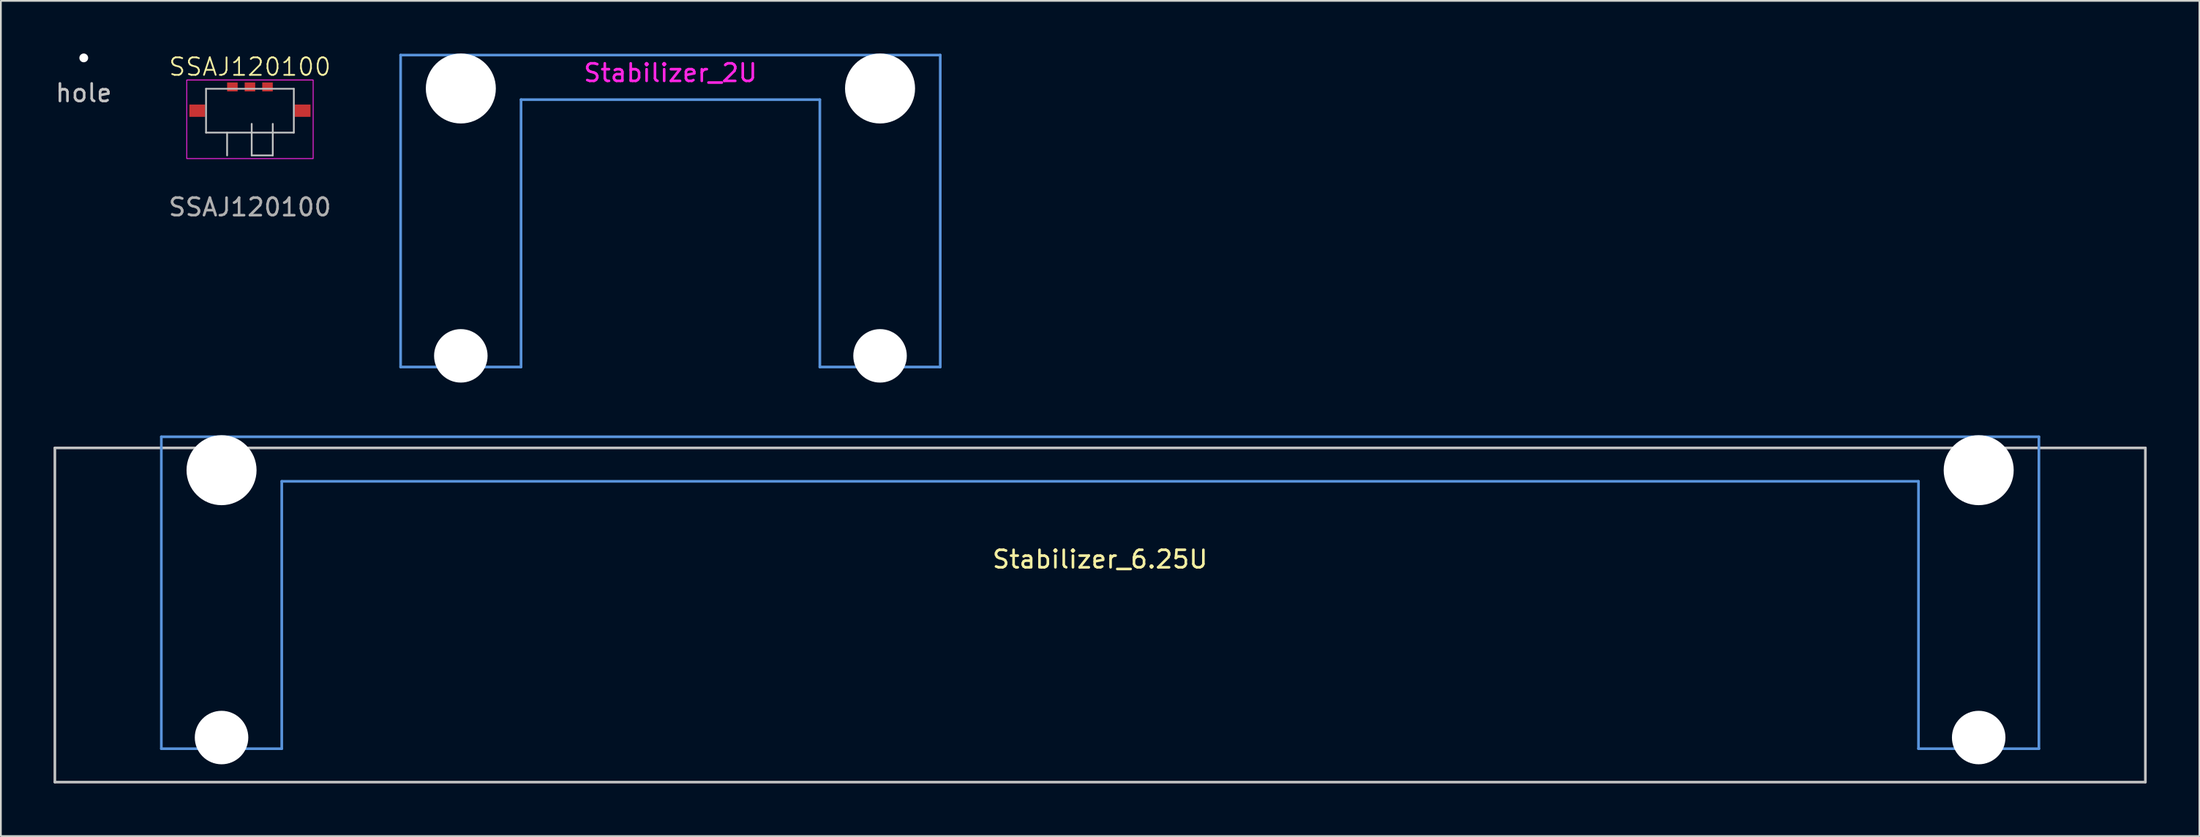
<source format=kicad_pcb>
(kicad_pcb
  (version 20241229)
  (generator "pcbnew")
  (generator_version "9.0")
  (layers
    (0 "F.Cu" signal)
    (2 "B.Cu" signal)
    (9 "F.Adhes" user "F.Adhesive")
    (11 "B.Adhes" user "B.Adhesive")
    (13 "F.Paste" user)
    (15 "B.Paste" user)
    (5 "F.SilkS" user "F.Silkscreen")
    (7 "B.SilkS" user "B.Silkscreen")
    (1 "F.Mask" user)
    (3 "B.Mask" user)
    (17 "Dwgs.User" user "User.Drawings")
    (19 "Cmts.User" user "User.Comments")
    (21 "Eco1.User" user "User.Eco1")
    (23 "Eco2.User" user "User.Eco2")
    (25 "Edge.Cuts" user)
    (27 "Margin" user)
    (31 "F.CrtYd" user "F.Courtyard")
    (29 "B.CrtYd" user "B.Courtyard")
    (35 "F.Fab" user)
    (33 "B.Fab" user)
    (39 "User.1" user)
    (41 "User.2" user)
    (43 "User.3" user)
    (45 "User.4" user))
  (footprint "Stabilizer_6.25U"
    (layer "F.Cu")
    (at 59.606 32.007)
    (property "Reference" "Stabilizer_6.25U" (at 0 -3.175 0) (layer "F.SilkS") (effects (font (size 1 1) (thickness 0.15))))
    (attr through_hole)
    (fp_line (start -59.531 -9.525) (end 59.531 -9.525) (stroke (width 0.15) (type solid)) (layer "Dwgs.User"))
    (fp_line (start -59.531 9.525) (end -59.531 -9.525) (stroke (width 0.15) (type solid)) (layer "Dwgs.User"))
    (fp_line (start 59.531 -9.525) (end 59.531 9.525) (stroke (width 0.15) (type solid)) (layer "Dwgs.User"))
    (fp_line (start 59.531 9.525) (end -59.531 9.525) (stroke (width 0.15) (type solid)) (layer "Dwgs.User"))
    (fp_line (start -53.467 -10.16) (end -53.467 7.62) (stroke (width 0.152) (type solid)) (layer "Cmts.User"))
    (fp_line (start -53.467 7.62) (end -46.609 7.62) (stroke (width 0.152) (type solid)) (layer "Cmts.User"))
    (fp_line (start -46.609 7.62) (end -46.609 -7.62) (stroke (width 0.152) (type solid)) (layer "Cmts.User"))
    (fp_line (start 46.609 -7.62) (end -46.609 -7.62) (stroke (width 0.152) (type solid)) (layer "Cmts.User"))
    (fp_line (start 46.609 7.62) (end 46.609 -7.62) (stroke (width 0.152) (type solid)) (layer "Cmts.User"))
    (fp_line (start 46.609 7.62) (end 53.467 7.62) (stroke (width 0.152) (type solid)) (layer "Cmts.User"))
    (fp_line (start 53.467 -10.16) (end -53.467 -10.16) (stroke (width 0.152) (type solid)) (layer "Cmts.User"))
    (fp_line (start 53.467 7.62) (end 53.467 -10.16) (stroke (width 0.152) (type solid)) (layer "Cmts.User"))
    (fp_line (start -54.229 2.286) (end -54.229 -0.508) (stroke (width 0.152) (type solid)) (layer "Eco2.User"))
    (fp_line (start -54.229 2.286) (end -53.365 2.286) (stroke (width 0.152) (type solid)) (layer "Eco2.User"))
    (fp_line (start -53.365 -6.604) (end -52.324 -6.604) (stroke (width 0.152) (type solid)) (layer "Eco2.User"))
    (fp_line (start -53.365 -0.508) (end -54.229 -0.508) (stroke (width 0.152) (type solid)) (layer "Eco2.User"))
    (fp_line (start -53.365 -0.508) (end -53.365 -6.604) (stroke (width 0.152) (type solid)) (layer "Eco2.User"))
    (fp_line (start -53.365 2.286) (end -53.365 5.69) (stroke (width 0.152) (type solid)) (layer "Eco2.User"))
    (fp_line (start -52.324 -7.772) (end -47.752 -7.772) (stroke (width 0.152) (type solid)) (layer "Eco2.User"))
    (fp_line (start -52.324 -6.604) (end -52.324 -7.772) (stroke (width 0.152) (type solid)) (layer "Eco2.User"))
    (fp_line (start -47.752 -7.772) (end -47.752 -6.604) (stroke (width 0.152) (type solid)) (layer "Eco2.User"))
    (fp_line (start -47.752 -6.604) (end -46.711 -6.604) (stroke (width 0.152) (type solid)) (layer "Eco2.User"))
    (fp_line (start -46.711 -5.817) (end -46.711 -6.604) (stroke (width 0.152) (type solid)) (layer "Eco2.User"))
    (fp_line (start -46.711 4.877) (end -46.711 5.69) (stroke (width 0.152) (type solid)) (layer "Eco2.User"))
    (fp_line (start -46.711 5.69) (end -53.365 5.69) (stroke (width 0.152) (type solid)) (layer "Eco2.User"))
    (fp_line (start -6.985 -6.985) (end -6.985 -5.817) (stroke (width 0.152) (type solid)) (layer "Eco2.User"))
    (fp_line (start -6.985 -6.985) (end 6.985 -6.985) (stroke (width 0.152) (type solid)) (layer "Eco2.User"))
    (fp_line (start -6.985 -5.817) (end -46.711 -5.817) (stroke (width 0.152) (type solid)) (layer "Eco2.User"))
    (fp_line (start -6.985 4.877) (end -46.711 4.877) (stroke (width 0.152) (type solid)) (layer "Eco2.User"))
    (fp_line (start -6.985 6.985) (end -6.985 4.877) (stroke (width 0.152) (type solid)) (layer "Eco2.User"))
    (fp_line (start 6.985 -6.985) (end 6.985 -5.817) (stroke (width 0.152) (type solid)) (layer "Eco2.User"))
    (fp_line (start 6.985 4.877) (end 6.985 6.985) (stroke (width 0.152) (type solid)) (layer "Eco2.User"))
    (fp_line (start 6.985 6.985) (end -6.985 6.985) (stroke (width 0.152) (type solid)) (layer "Eco2.User"))
    (fp_line (start 46.711 -6.604) (end 47.752 -6.604) (stroke (width 0.152) (type solid)) (layer "Eco2.User"))
    (fp_line (start 46.711 -5.817) (end 6.985 -5.817) (stroke (width 0.152) (type solid)) (layer "Eco2.User"))
    (fp_line (start 46.711 -5.817) (end 46.711 -6.604) (stroke (width 0.152) (type solid)) (layer "Eco2.User"))
    (fp_line (start 46.711 4.877) (end 6.985 4.877) (stroke (width 0.152) (type solid)) (layer "Eco2.User"))
    (fp_line (start 46.711 4.877) (end 46.711 5.69) (stroke (width 0.152) (type solid)) (layer "Eco2.User"))
    (fp_line (start 47.752 -7.772) (end 52.324 -7.772) (stroke (width 0.152) (type solid)) (layer "Eco2.User"))
    (fp_line (start 47.752 -6.604) (end 47.752 -7.772) (stroke (width 0.152) (type solid)) (layer "Eco2.User"))
    (fp_line (start 52.324 -7.772) (end 52.324 -6.604) (stroke (width 0.152) (type solid)) (layer "Eco2.User"))
    (fp_line (start 52.324 -6.604) (end 53.365 -6.604) (stroke (width 0.152) (type solid)) (layer "Eco2.User"))
    (fp_line (start 53.365 -6.604) (end 53.365 -0.508) (stroke (width 0.152) (type solid)) (layer "Eco2.User"))
    (fp_line (start 53.365 -0.508) (end 54.229 -0.508) (stroke (width 0.152) (type solid)) (layer "Eco2.User"))
    (fp_line (start 53.365 2.286) (end 53.365 5.69) (stroke (width 0.152) (type solid)) (layer "Eco2.User"))
    (fp_line (start 53.365 5.69) (end 46.711 5.69) (stroke (width 0.152) (type solid)) (layer "Eco2.User"))
    (fp_line (start 54.229 -0.508) (end 54.229 2.286) (stroke (width 0.152) (type solid)) (layer "Eco2.User"))
    (fp_line (start 54.229 2.286) (end 53.365 2.286) (stroke (width 0.152) (type solid)) (layer "Eco2.User"))
    (pad "" np_thru_hole circle (at -50.038 -8.255 180) (size 3.988 3.988) (drill 3.988) (layers "*.Cu" "*.Mask"))
    (pad "" np_thru_hole circle (at -50.038 6.985 180) (size 3.048 3.048) (drill 3.048) (layers "*.Cu" "*.Mask"))
    (pad "" np_thru_hole circle (at 50.038 -8.255 180) (size 3.988 3.988) (drill 3.988) (layers "*.Cu" "*.Mask"))
    (pad "" np_thru_hole circle (at 50.038 6.985 180) (size 3.048 3.048) (drill 3.048) (layers "*.Cu" "*.Mask")))
  (footprint "SSAJ120100"
    (layer "F.Cu")
    (at 11.185 3.26)
    (property "Reference" "SSAJ120100" (at 0 -2.5 0) (unlocked yes) (layer "F.SilkS") (effects (font (size 1 1) (thickness 0.1))))
    (attr smd)
    (fp_line (start -2.5 -1.25) (end -2.5 1.25) (stroke (width 0.1) (type default)) (layer "Dwgs.User"))
    (fp_line (start -2.5 -1.25) (end 2.5 -1.25) (stroke (width 0.1) (type default)) (layer "Dwgs.User"))
    (fp_line (start -2.5 1.25) (end 2.5 1.25) (stroke (width 0.1) (type default)) (layer "Dwgs.User"))
    (fp_line (start -1.3 2.55) (end -1.3 1.25) (stroke (width 0.1) (type default)) (layer "Dwgs.User"))
    (fp_line (start 0.1 2.55) (end 0.1 0.75) (stroke (width 0.1) (type default)) (layer "Dwgs.User"))
    (fp_line (start 1.3 2.55) (end 0.1 2.55) (stroke (width 0.1) (type default)) (layer "Dwgs.User"))
    (fp_line (start 1.3 2.55) (end 1.3 0.75) (stroke (width 0.1) (type default)) (layer "Dwgs.User"))
    (fp_line (start 2.5 -1.25) (end 2.5 1.25) (stroke (width 0.1) (type default)) (layer "Dwgs.User"))
    (fp_rect (start -3.6 -1.75) (end 3.6 2.73) (stroke (width 0.05) (type default)) (fill no) (layer "F.CrtYd"))
    (fp_rect (start -3.65 -1.8) (end 3.65 2.78) (stroke (width 0.05) (type default)) (fill no) (layer "User.1"))
    (fp_text user "${REFERENCE}" (at 0 5.5 0) (unlocked yes) (layer "F.Fab") (effects (font (size 1 1) (thickness 0.15))))
    (pad "1" smd rect (at -1 -1.355) (size 0.6 0.51) (layers "F.Cu" "F.Mask" "F.Paste"))
    (pad "2" smd rect (at 0 -1.355) (size 0.6 0.51) (layers "F.Cu" "F.Mask" "F.Paste"))
    (pad "3" smd rect (at 1 -1.355) (size 0.6 0.51) (layers "F.Cu" "F.Mask" "F.Paste"))
    (pad "4" smd rect (at -3 0) (size 0.9 0.7) (layers "F.Cu" "F.Mask" "F.Paste"))
    (pad "4" smd rect (at 3 0) (size 0.9 0.7) (layers "F.Cu" "F.Mask" "F.Paste")))
  (footprint "hole"
    (layer "F.Cu")
    (at 1.72 0.25)
    (property "Reference" "hole" (at 0 2 0) (layer "Dwgs.User") (effects (font (size 1 1) (thickness 0.15))))
    (attr through_hole)
    (pad "" np_thru_hole circle (at 0 0) (size 0.5 0.5) (drill 0.5) (layers "*.Cu" "*.Mask")))
  (footprint "Stabilizer_2U"
    (layer "F.Cu")
    (at 35.134 10.249)
    (property "Reference" "Stabilizer_2U" (at 0 -9.144 180) (layer "F.CrtYd") (effects (font (size 1 1) (thickness 0.15))))
    (attr through_hole)
    (fp_line (start -15.367 -10.16) (end -15.367 7.62) (stroke (width 0.152) (type solid)) (layer "Cmts.User"))
    (fp_line (start -15.367 7.62) (end -8.509 7.62) (stroke (width 0.152) (type solid)) (layer "Cmts.User"))
    (fp_line (start -8.509 -7.62) (end 8.509 -7.62) (stroke (width 0.152) (type solid)) (layer "Cmts.User"))
    (fp_line (start -8.509 7.62) (end -8.509 -7.62) (stroke (width 0.152) (type solid)) (layer "Cmts.User"))
    (fp_line (start 8.509 -7.62) (end 8.509 7.62) (stroke (width 0.152) (type solid)) (layer "Cmts.User"))
    (fp_line (start 8.509 7.62) (end 15.367 7.62) (stroke (width 0.152) (type solid)) (layer "Cmts.User"))
    (fp_line (start 15.367 -10.16) (end -15.367 -10.16) (stroke (width 0.152) (type solid)) (layer "Cmts.User"))
    (fp_line (start 15.367 7.62) (end 15.367 -10.16) (stroke (width 0.152) (type solid)) (layer "Cmts.User"))
    (fp_line (start -16.129 -0.508) (end -15.265 -0.508) (stroke (width 0.152) (type solid)) (layer "Eco2.User"))
    (fp_line (start -16.129 2.286) (end -16.129 -0.508) (stroke (width 0.152) (type solid)) (layer "Eco2.User"))
    (fp_line (start -15.265 -6.604) (end -14.224 -6.604) (stroke (width 0.152) (type solid)) (layer "Eco2.User"))
    (fp_line (start -15.265 -0.508) (end -15.265 -6.604) (stroke (width 0.152) (type solid)) (layer "Eco2.User"))
    (fp_line (start -15.265 2.286) (end -16.129 2.286) (stroke (width 0.152) (type solid)) (layer "Eco2.User"))
    (fp_line (start -15.265 5.69) (end -15.265 2.286) (stroke (width 0.152) (type solid)) (layer "Eco2.User"))
    (fp_line (start -14.224 -7.772) (end -9.652 -7.772) (stroke (width 0.152) (type solid)) (layer "Eco2.User"))
    (fp_line (start -14.224 -6.604) (end -14.224 -7.772) (stroke (width 0.152) (type solid)) (layer "Eco2.User"))
    (fp_line (start -9.652 -7.772) (end -9.652 -6.604) (stroke (width 0.152) (type solid)) (layer "Eco2.User"))
    (fp_line (start -9.652 -6.604) (end -8.611 -6.604) (stroke (width 0.152) (type solid)) (layer "Eco2.User"))
    (fp_line (start -8.611 -6.604) (end -8.611 -5.817) (stroke (width 0.152) (type solid)) (layer "Eco2.User"))
    (fp_line (start -8.611 -5.817) (end -6.985 -5.817) (stroke (width 0.152) (type solid)) (layer "Eco2.User"))
    (fp_line (start -8.611 4.877) (end -8.611 5.69) (stroke (width 0.152) (type solid)) (layer "Eco2.User"))
    (fp_line (start -8.611 5.69) (end -15.265 5.69) (stroke (width 0.152) (type solid)) (layer "Eco2.User"))
    (fp_line (start -6.985 -6.985) (end 6.985 -6.985) (stroke (width 0.152) (type solid)) (layer "Eco2.User"))
    (fp_line (start -6.985 -5.817) (end -6.985 -6.985) (stroke (width 0.152) (type solid)) (layer "Eco2.User"))
    (fp_line (start -6.985 4.877) (end -8.611 4.877) (stroke (width 0.152) (type solid)) (layer "Eco2.User"))
    (fp_line (start -6.985 6.985) (end -6.985 4.877) (stroke (width 0.152) (type solid)) (layer "Eco2.User"))
    (fp_line (start 6.985 -6.985) (end 6.985 -5.817) (stroke (width 0.152) (type solid)) (layer "Eco2.User"))
    (fp_line (start 6.985 -5.817) (end 8.611 -5.817) (stroke (width 0.152) (type solid)) (layer "Eco2.User"))
    (fp_line (start 6.985 4.877) (end 6.985 6.985) (stroke (width 0.152) (type solid)) (layer "Eco2.User"))
    (fp_line (start 6.985 6.985) (end -6.985 6.985) (stroke (width 0.152) (type solid)) (layer "Eco2.User"))
    (fp_line (start 8.611 -6.604) (end 9.652 -6.604) (stroke (width 0.152) (type solid)) (layer "Eco2.User"))
    (fp_line (start 8.611 -5.817) (end 8.611 -6.604) (stroke (width 0.152) (type solid)) (layer "Eco2.User"))
    (fp_line (start 8.611 4.877) (end 6.985 4.877) (stroke (width 0.152) (type solid)) (layer "Eco2.User"))
    (fp_line (start 8.611 5.69) (end 8.611 4.877) (stroke (width 0.152) (type solid)) (layer "Eco2.User"))
    (fp_line (start 9.652 -7.772) (end 14.224 -7.772) (stroke (width 0.152) (type solid)) (layer "Eco2.User"))
    (fp_line (start 9.652 -6.604) (end 9.652 -7.772) (stroke (width 0.152) (type solid)) (layer "Eco2.User"))
    (fp_line (start 14.224 -7.772) (end 14.224 -6.604) (stroke (width 0.152) (type solid)) (layer "Eco2.User"))
    (fp_line (start 14.224 -6.604) (end 15.265 -6.604) (stroke (width 0.152) (type solid)) (layer "Eco2.User"))
    (fp_line (start 15.265 -6.604) (end 15.265 -0.508) (stroke (width 0.152) (type solid)) (layer "Eco2.User"))
    (fp_line (start 15.265 -0.508) (end 16.129 -0.508) (stroke (width 0.152) (type solid)) (layer "Eco2.User"))
    (fp_line (start 15.265 2.286) (end 15.265 5.69) (stroke (width 0.152) (type solid)) (layer "Eco2.User"))
    (fp_line (start 15.265 5.69) (end 8.611 5.69) (stroke (width 0.152) (type solid)) (layer "Eco2.User"))
    (fp_line (start 16.129 -0.508) (end 16.129 2.286) (stroke (width 0.152) (type solid)) (layer "Eco2.User"))
    (fp_line (start 16.129 2.286) (end 15.265 2.286) (stroke (width 0.152) (type solid)) (layer "Eco2.User"))
    (pad "" np_thru_hole circle (at -11.938 -8.255 180) (size 3.988 3.988) (drill 3.988) (layers "*.Cu" "*.Mask"))
    (pad "" np_thru_hole circle (at -11.938 6.985 180) (size 3.048 3.048) (drill 3.048) (layers "*.Cu" "*.Mask"))
    (pad "" np_thru_hole circle (at 11.938 -8.255 180) (size 3.988 3.988) (drill 3.988) (layers "*.Cu" "*.Mask"))
    (pad "" np_thru_hole circle (at 11.938 6.985 180) (size 3.048 3.048) (drill 3.048) (layers "*.Cu" "*.Mask")))
  (gr_rect
    (start -3 -3)
    (end 122.213 44.607)
    (stroke (width 0.1) (type default))
    (fill no)
    (layer "Edge.Cuts")))
</source>
